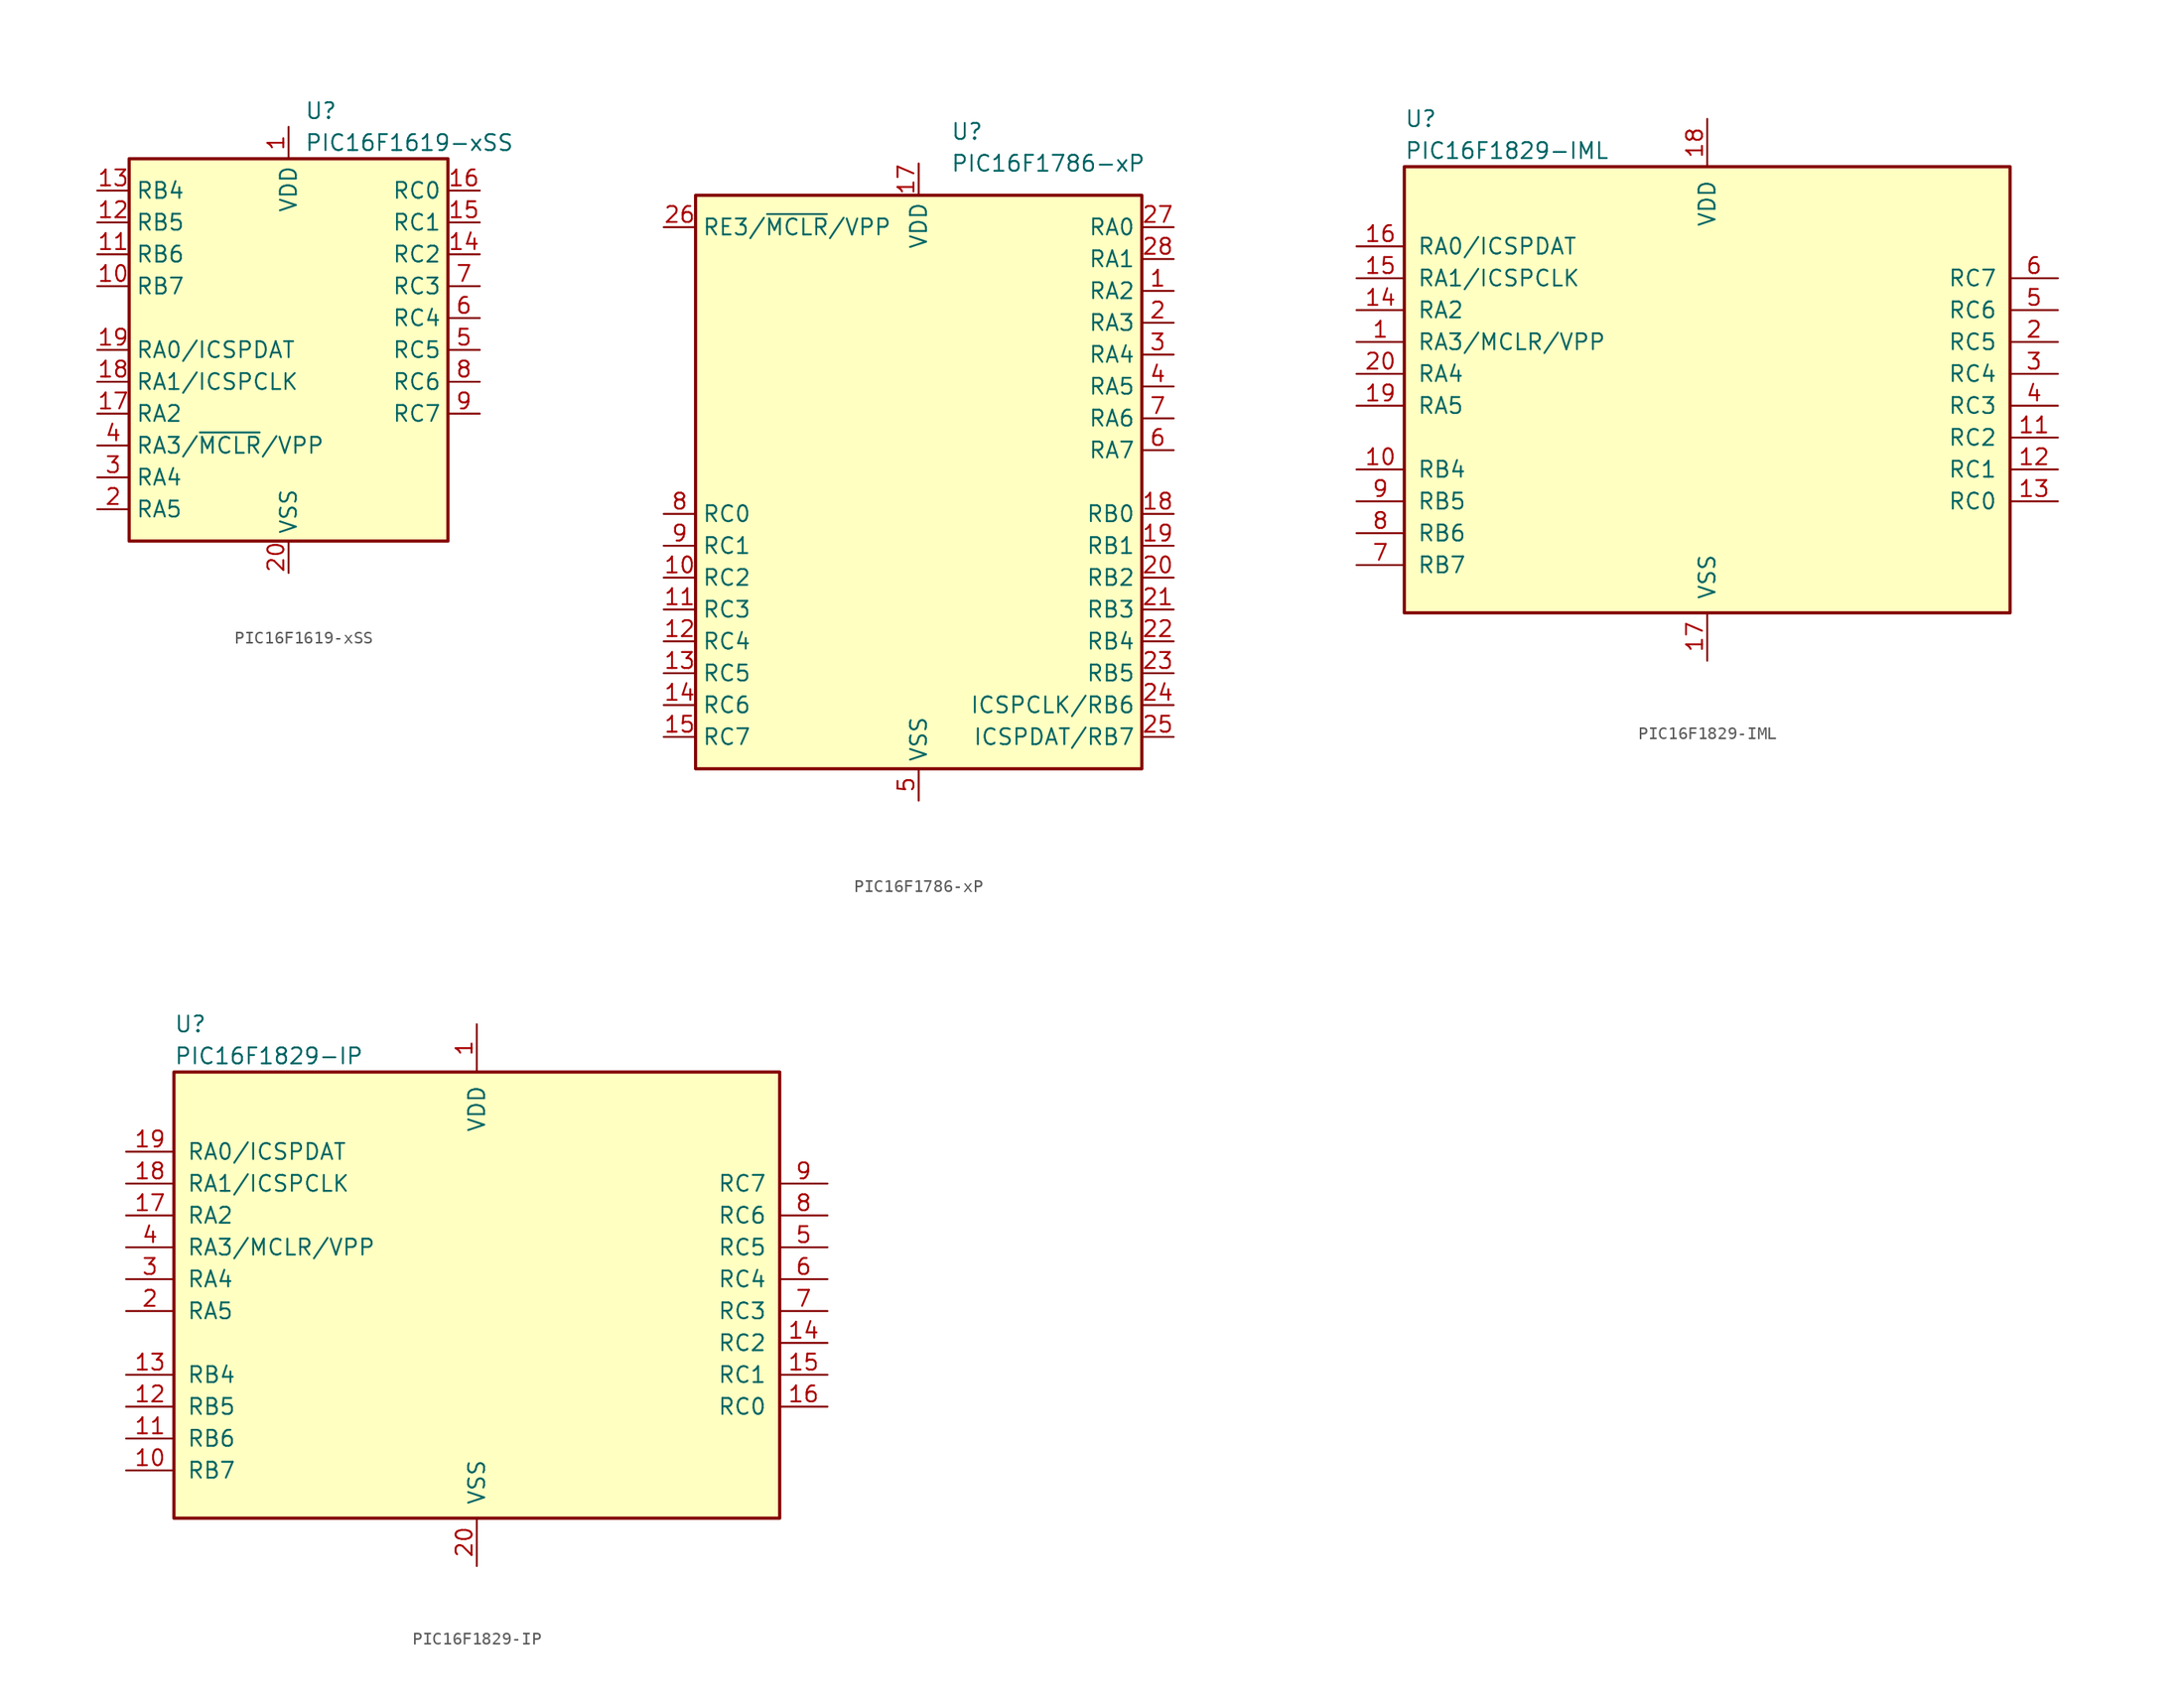
<source format=kicad_sym>
(kicad_symbol_lib
  (version 20211014)
  (generator kicad_symbol_editor)
  (symbol "PIC16F1619-xSS"
    (property "Reference" "U"
      (at 1.27 19.05 0)
      (effects (font (size 1.27 1.27)) (justify left)))
    (property "Value" "PIC16F1619-xSS"
      (at 1.27 16.51 0)
      (effects (font (size 1.27 1.27)) (justify left)))
    (symbol "PIC16F1619-xSS_0_1"
      (rectangle (start -12.7 15.24) (end 12.7 -15.24) (stroke (width 0.254) (type default) (color 0 0 0 0)) (fill (type background))))
    (symbol "PIC16F1619-xSS_1_1"
      (pin power_in line (at 0 17.78 270) (length 2.54) (name "VDD" (effects (font (size 1.27 1.27)))) (number "1" (effects (font (size 1.27 1.27)))))
      (pin bidirectional line (at -15.24 5.08 0) (length 2.54) (name "RB7" (effects (font (size 1.27 1.27)))) (number "10" (effects (font (size 1.27 1.27)))))
      (pin bidirectional line (at -15.24 7.62 0) (length 2.54) (name "RB6" (effects (font (size 1.27 1.27)))) (number "11" (effects (font (size 1.27 1.27)))))
      (pin bidirectional line (at -15.24 10.16 0) (length 2.54) (name "RB5" (effects (font (size 1.27 1.27)))) (number "12" (effects (font (size 1.27 1.27)))))
      (pin bidirectional line (at -15.24 12.7 0) (length 2.54) (name "RB4" (effects (font (size 1.27 1.27)))) (number "13" (effects (font (size 1.27 1.27)))))
      (pin bidirectional line (at 15.24 7.62 180) (length 2.54) (name "RC2" (effects (font (size 1.27 1.27)))) (number "14" (effects (font (size 1.27 1.27)))))
      (pin bidirectional line (at 15.24 10.16 180) (length 2.54) (name "RC1" (effects (font (size 1.27 1.27)))) (number "15" (effects (font (size 1.27 1.27)))))
      (pin bidirectional line (at 15.24 12.7 180) (length 2.54) (name "RC0" (effects (font (size 1.27 1.27)))) (number "16" (effects (font (size 1.27 1.27)))))
      (pin bidirectional line (at -15.24 -5.08 0) (length 2.54) (name "RA2" (effects (font (size 1.27 1.27)))) (number "17" (effects (font (size 1.27 1.27)))))
      (pin bidirectional line (at -15.24 -2.54 0) (length 2.54) (name "RA1/ICSPCLK" (effects (font (size 1.27 1.27)))) (number "18" (effects (font (size 1.27 1.27)))))
      (pin bidirectional line (at -15.24 0 0) (length 2.54) (name "RA0/ICSPDAT" (effects (font (size 1.27 1.27)))) (number "19" (effects (font (size 1.27 1.27)))))
      (pin bidirectional line (at -15.24 -12.7 0) (length 2.54) (name "RA5" (effects (font (size 1.27 1.27)))) (number "2" (effects (font (size 1.27 1.27)))))
      (pin power_in line (at 0 -17.78 90) (length 2.54) (name "VSS" (effects (font (size 1.27 1.27)))) (number "20" (effects (font (size 1.27 1.27)))))
      (pin bidirectional line (at -15.24 -10.16 0) (length 2.54) (name "RA4" (effects (font (size 1.27 1.27)))) (number "3" (effects (font (size 1.27 1.27)))))
      (pin bidirectional line (at -15.24 -7.62 0) (length 2.54) (name "RA3/~{MCLR}/VPP" (effects (font (size 1.27 1.27)))) (number "4" (effects (font (size 1.27 1.27)))))
      (pin bidirectional line (at 15.24 0 180) (length 2.54) (name "RC5" (effects (font (size 1.27 1.27)))) (number "5" (effects (font (size 1.27 1.27)))))
      (pin bidirectional line (at 15.24 2.54 180) (length 2.54) (name "RC4" (effects (font (size 1.27 1.27)))) (number "6" (effects (font (size 1.27 1.27)))))
      (pin bidirectional line (at 15.24 5.08 180) (length 2.54) (name "RC3" (effects (font (size 1.27 1.27)))) (number "7" (effects (font (size 1.27 1.27)))))
      (pin bidirectional line (at 15.24 -2.54 180) (length 2.54) (name "RC6" (effects (font (size 1.27 1.27)))) (number "8" (effects (font (size 1.27 1.27)))))
      (pin bidirectional line (at 15.24 -5.08 180) (length 2.54) (name "RC7" (effects (font (size 1.27 1.27)))) (number "9" (effects (font (size 1.27 1.27)))))))
  (symbol "PIC16F1786-xP"
    (property "Reference" "U"
      (at 2.54 27.94 0)
      (effects (font (size 1.27 1.27)) (justify left)))
    (property "Value" "PIC16F1786-xP"
      (at 2.54 25.4 0)
      (effects (font (size 1.27 1.27)) (justify left)))
    (symbol "PIC16F1786-xP_0_1"
      (rectangle (start -17.78 -22.86) (end 17.78 22.86) (stroke (width 0.254) (type default) (color 0 0 0 0)) (fill (type background))))
    (symbol "PIC16F1786-xP_1_1"
      (pin bidirectional line (at 20.32 15.24 180) (length 2.54) (name "RA2" (effects (font (size 1.27 1.27)))) (number "1" (effects (font (size 1.27 1.27)))))
      (pin bidirectional line (at -20.32 -7.62 0) (length 2.54) (name "RC2" (effects (font (size 1.27 1.27)))) (number "10" (effects (font (size 1.27 1.27)))))
      (pin bidirectional line (at -20.32 -10.16 0) (length 2.54) (name "RC3" (effects (font (size 1.27 1.27)))) (number "11" (effects (font (size 1.27 1.27)))))
      (pin bidirectional line (at -20.32 -12.7 0) (length 2.54) (name "RC4" (effects (font (size 1.27 1.27)))) (number "12" (effects (font (size 1.27 1.27)))))
      (pin bidirectional line (at -20.32 -15.24 0) (length 2.54) (name "RC5" (effects (font (size 1.27 1.27)))) (number "13" (effects (font (size 1.27 1.27)))))
      (pin bidirectional line (at -20.32 -17.78 0) (length 2.54) (name "RC6" (effects (font (size 1.27 1.27)))) (number "14" (effects (font (size 1.27 1.27)))))
      (pin bidirectional line (at -20.32 -20.32 0) (length 2.54) (name "RC7" (effects (font (size 1.27 1.27)))) (number "15" (effects (font (size 1.27 1.27)))))
      (pin passive line (at 0 -25.4 90) (length 2.54) hide (name "VSS" (effects (font (size 1.27 1.27)))) (number "16" (effects (font (size 1.27 1.27)))))
      (pin power_in line (at 0 25.4 270) (length 2.54) (name "VDD" (effects (font (size 1.27 1.27)))) (number "17" (effects (font (size 1.27 1.27)))))
      (pin bidirectional line (at 20.32 -2.54 180) (length 2.54) (name "RB0" (effects (font (size 1.27 1.27)))) (number "18" (effects (font (size 1.27 1.27)))))
      (pin bidirectional line (at 20.32 -5.08 180) (length 2.54) (name "RB1" (effects (font (size 1.27 1.27)))) (number "19" (effects (font (size 1.27 1.27)))))
      (pin bidirectional line (at 20.32 12.7 180) (length 2.54) (name "RA3" (effects (font (size 1.27 1.27)))) (number "2" (effects (font (size 1.27 1.27)))))
      (pin bidirectional line (at 20.32 -7.62 180) (length 2.54) (name "RB2" (effects (font (size 1.27 1.27)))) (number "20" (effects (font (size 1.27 1.27)))))
      (pin bidirectional line (at 20.32 -10.16 180) (length 2.54) (name "RB3" (effects (font (size 1.27 1.27)))) (number "21" (effects (font (size 1.27 1.27)))))
      (pin bidirectional line (at 20.32 -12.7 180) (length 2.54) (name "RB4" (effects (font (size 1.27 1.27)))) (number "22" (effects (font (size 1.27 1.27)))))
      (pin bidirectional line (at 20.32 -15.24 180) (length 2.54) (name "RB5" (effects (font (size 1.27 1.27)))) (number "23" (effects (font (size 1.27 1.27)))))
      (pin bidirectional line (at 20.32 -17.78 180) (length 2.54) (name "ICSPCLK/RB6" (effects (font (size 1.27 1.27)))) (number "24" (effects (font (size 1.27 1.27)))))
      (pin bidirectional line (at 20.32 -20.32 180) (length 2.54) (name "ICSPDAT/RB7" (effects (font (size 1.27 1.27)))) (number "25" (effects (font (size 1.27 1.27)))))
      (pin input line (at -20.32 20.32 0) (length 2.54) (name "RE3/~{MCLR}/VPP" (effects (font (size 1.27 1.27)))) (number "26" (effects (font (size 1.27 1.27)))))
      (pin bidirectional line (at 20.32 20.32 180) (length 2.54) (name "RA0" (effects (font (size 1.27 1.27)))) (number "27" (effects (font (size 1.27 1.27)))))
      (pin bidirectional line (at 20.32 17.78 180) (length 2.54) (name "RA1" (effects (font (size 1.27 1.27)))) (number "28" (effects (font (size 1.27 1.27)))))
      (pin bidirectional line (at 20.32 10.16 180) (length 2.54) (name "RA4" (effects (font (size 1.27 1.27)))) (number "3" (effects (font (size 1.27 1.27)))))
      (pin bidirectional line (at 20.32 7.62 180) (length 2.54) (name "RA5" (effects (font (size 1.27 1.27)))) (number "4" (effects (font (size 1.27 1.27)))))
      (pin power_in line (at 0 -25.4 90) (length 2.54) (name "VSS" (effects (font (size 1.27 1.27)))) (number "5" (effects (font (size 1.27 1.27)))))
      (pin bidirectional line (at 20.32 2.54 180) (length 2.54) (name "RA7" (effects (font (size 1.27 1.27)))) (number "6" (effects (font (size 1.27 1.27)))))
      (pin bidirectional line (at 20.32 5.08 180) (length 2.54) (name "RA6" (effects (font (size 1.27 1.27)))) (number "7" (effects (font (size 1.27 1.27)))))
      (pin bidirectional line (at -20.32 -2.54 0) (length 2.54) (name "RC0" (effects (font (size 1.27 1.27)))) (number "8" (effects (font (size 1.27 1.27)))))
      (pin bidirectional line (at -20.32 -5.08 0) (length 2.54) (name "RC1" (effects (font (size 1.27 1.27)))) (number "9" (effects (font (size 1.27 1.27)))))))
  (symbol "PIC16F1829-IML"
    (pin_names
      (offset 1.016))
    (property "Reference" "U"
      (at -24.13 22.86 0)
      (effects (font (size 1.27 1.27)) (justify left)))
    (property "Value" "PIC16F1829-IML"
      (at -24.13 20.32 0)
      (effects (font (size 1.27 1.27)) (justify left)))
    (symbol "PIC16F1829-IML_0_1"
      (rectangle (start -24.13 19.05) (end 24.13 -16.51) (stroke (width 0.254) (type default) (color 0 0 0 0)) (fill (type background))))
    (symbol "PIC16F1829-IML_1_1"
      (pin bidirectional line (at -27.94 5.08 0) (length 3.81) (name "RA3/MCLR/VPP" (effects (font (size 1.27 1.27)))) (number "1" (effects (font (size 1.27 1.27)))))
      (pin bidirectional line (at -27.94 -5.08 0) (length 3.81) (name "RB4" (effects (font (size 1.27 1.27)))) (number "10" (effects (font (size 1.27 1.27)))))
      (pin bidirectional line (at 27.94 -2.54 180) (length 3.81) (name "RC2" (effects (font (size 1.27 1.27)))) (number "11" (effects (font (size 1.27 1.27)))))
      (pin bidirectional line (at 27.94 -5.08 180) (length 3.81) (name "RC1" (effects (font (size 1.27 1.27)))) (number "12" (effects (font (size 1.27 1.27)))))
      (pin bidirectional line (at 27.94 -7.62 180) (length 3.81) (name "RC0" (effects (font (size 1.27 1.27)))) (number "13" (effects (font (size 1.27 1.27)))))
      (pin bidirectional line (at -27.94 7.62 0) (length 3.81) (name "RA2" (effects (font (size 1.27 1.27)))) (number "14" (effects (font (size 1.27 1.27)))))
      (pin bidirectional line (at -27.94 10.16 0) (length 3.81) (name "RA1/ICSPCLK" (effects (font (size 1.27 1.27)))) (number "15" (effects (font (size 1.27 1.27)))))
      (pin bidirectional line (at -27.94 12.7 0) (length 3.81) (name "RA0/ICSPDAT" (effects (font (size 1.27 1.27)))) (number "16" (effects (font (size 1.27 1.27)))))
      (pin power_in line (at 0 -20.32 90) (length 3.81) (name "VSS" (effects (font (size 1.27 1.27)))) (number "17" (effects (font (size 1.27 1.27)))))
      (pin power_in line (at 0 22.86 270) (length 3.81) (name "VDD" (effects (font (size 1.27 1.27)))) (number "18" (effects (font (size 1.27 1.27)))))
      (pin bidirectional line (at -27.94 0 0) (length 3.81) (name "RA5" (effects (font (size 1.27 1.27)))) (number "19" (effects (font (size 1.27 1.27)))))
      (pin bidirectional line (at 27.94 5.08 180) (length 3.81) (name "RC5" (effects (font (size 1.27 1.27)))) (number "2" (effects (font (size 1.27 1.27)))))
      (pin bidirectional line (at -27.94 2.54 0) (length 3.81) (name "RA4" (effects (font (size 1.27 1.27)))) (number "20" (effects (font (size 1.27 1.27)))))
      (pin bidirectional line (at 27.94 2.54 180) (length 3.81) (name "RC4" (effects (font (size 1.27 1.27)))) (number "3" (effects (font (size 1.27 1.27)))))
      (pin bidirectional line (at 27.94 0 180) (length 3.81) (name "RC3" (effects (font (size 1.27 1.27)))) (number "4" (effects (font (size 1.27 1.27)))))
      (pin bidirectional line (at 27.94 7.62 180) (length 3.81) (name "RC6" (effects (font (size 1.27 1.27)))) (number "5" (effects (font (size 1.27 1.27)))))
      (pin bidirectional line (at 27.94 10.16 180) (length 3.81) (name "RC7" (effects (font (size 1.27 1.27)))) (number "6" (effects (font (size 1.27 1.27)))))
      (pin bidirectional line (at -27.94 -12.7 0) (length 3.81) (name "RB7" (effects (font (size 1.27 1.27)))) (number "7" (effects (font (size 1.27 1.27)))))
      (pin bidirectional line (at -27.94 -10.16 0) (length 3.81) (name "RB6" (effects (font (size 1.27 1.27)))) (number "8" (effects (font (size 1.27 1.27)))))
      (pin bidirectional line (at -27.94 -7.62 0) (length 3.81) (name "RB5" (effects (font (size 1.27 1.27)))) (number "9" (effects (font (size 1.27 1.27)))))))
  (symbol "PIC16F1829-IP"
    (pin_names
      (offset 1.016))
    (property "Reference" "U"
      (at -24.13 22.86 0)
      (effects (font (size 1.27 1.27)) (justify left)))
    (property "Value" "PIC16F1829-IP"
      (at -24.13 20.32 0)
      (effects (font (size 1.27 1.27)) (justify left)))
    (symbol "PIC16F1829-IP_0_1"
      (rectangle (start -24.13 19.05) (end 24.13 -16.51) (stroke (width 0.254) (type default) (color 0 0 0 0)) (fill (type background))))
    (symbol "PIC16F1829-IP_1_1"
      (pin power_in line (at 0 22.86 270) (length 3.81) (name "VDD" (effects (font (size 1.27 1.27)))) (number "1" (effects (font (size 1.27 1.27)))))
      (pin bidirectional line (at -27.94 -12.7 0) (length 3.81) (name "RB7" (effects (font (size 1.27 1.27)))) (number "10" (effects (font (size 1.27 1.27)))))
      (pin bidirectional line (at -27.94 -10.16 0) (length 3.81) (name "RB6" (effects (font (size 1.27 1.27)))) (number "11" (effects (font (size 1.27 1.27)))))
      (pin bidirectional line (at -27.94 -7.62 0) (length 3.81) (name "RB5" (effects (font (size 1.27 1.27)))) (number "12" (effects (font (size 1.27 1.27)))))
      (pin bidirectional line (at -27.94 -5.08 0) (length 3.81) (name "RB4" (effects (font (size 1.27 1.27)))) (number "13" (effects (font (size 1.27 1.27)))))
      (pin bidirectional line (at 27.94 -2.54 180) (length 3.81) (name "RC2" (effects (font (size 1.27 1.27)))) (number "14" (effects (font (size 1.27 1.27)))))
      (pin bidirectional line (at 27.94 -5.08 180) (length 3.81) (name "RC1" (effects (font (size 1.27 1.27)))) (number "15" (effects (font (size 1.27 1.27)))))
      (pin bidirectional line (at 27.94 -7.62 180) (length 3.81) (name "RC0" (effects (font (size 1.27 1.27)))) (number "16" (effects (font (size 1.27 1.27)))))
      (pin bidirectional line (at -27.94 7.62 0) (length 3.81) (name "RA2" (effects (font (size 1.27 1.27)))) (number "17" (effects (font (size 1.27 1.27)))))
      (pin bidirectional line (at -27.94 10.16 0) (length 3.81) (name "RA1/ICSPCLK" (effects (font (size 1.27 1.27)))) (number "18" (effects (font (size 1.27 1.27)))))
      (pin bidirectional line (at -27.94 12.7 0) (length 3.81) (name "RA0/ICSPDAT" (effects (font (size 1.27 1.27)))) (number "19" (effects (font (size 1.27 1.27)))))
      (pin bidirectional line (at -27.94 0 0) (length 3.81) (name "RA5" (effects (font (size 1.27 1.27)))) (number "2" (effects (font (size 1.27 1.27)))))
      (pin power_in line (at 0 -20.32 90) (length 3.81) (name "VSS" (effects (font (size 1.27 1.27)))) (number "20" (effects (font (size 1.27 1.27)))))
      (pin bidirectional line (at -27.94 2.54 0) (length 3.81) (name "RA4" (effects (font (size 1.27 1.27)))) (number "3" (effects (font (size 1.27 1.27)))))
      (pin bidirectional line (at -27.94 5.08 0) (length 3.81) (name "RA3/MCLR/VPP" (effects (font (size 1.27 1.27)))) (number "4" (effects (font (size 1.27 1.27)))))
      (pin bidirectional line (at 27.94 5.08 180) (length 3.81) (name "RC5" (effects (font (size 1.27 1.27)))) (number "5" (effects (font (size 1.27 1.27)))))
      (pin bidirectional line (at 27.94 2.54 180) (length 3.81) (name "RC4" (effects (font (size 1.27 1.27)))) (number "6" (effects (font (size 1.27 1.27)))))
      (pin bidirectional line (at 27.94 0 180) (length 3.81) (name "RC3" (effects (font (size 1.27 1.27)))) (number "7" (effects (font (size 1.27 1.27)))))
      (pin bidirectional line (at 27.94 7.62 180) (length 3.81) (name "RC6" (effects (font (size 1.27 1.27)))) (number "8" (effects (font (size 1.27 1.27)))))
      (pin bidirectional line (at 27.94 10.16 180) (length 3.81) (name "RC7" (effects (font (size 1.27 1.27)))) (number "9" (effects (font (size 1.27 1.27))))))))
</source>
